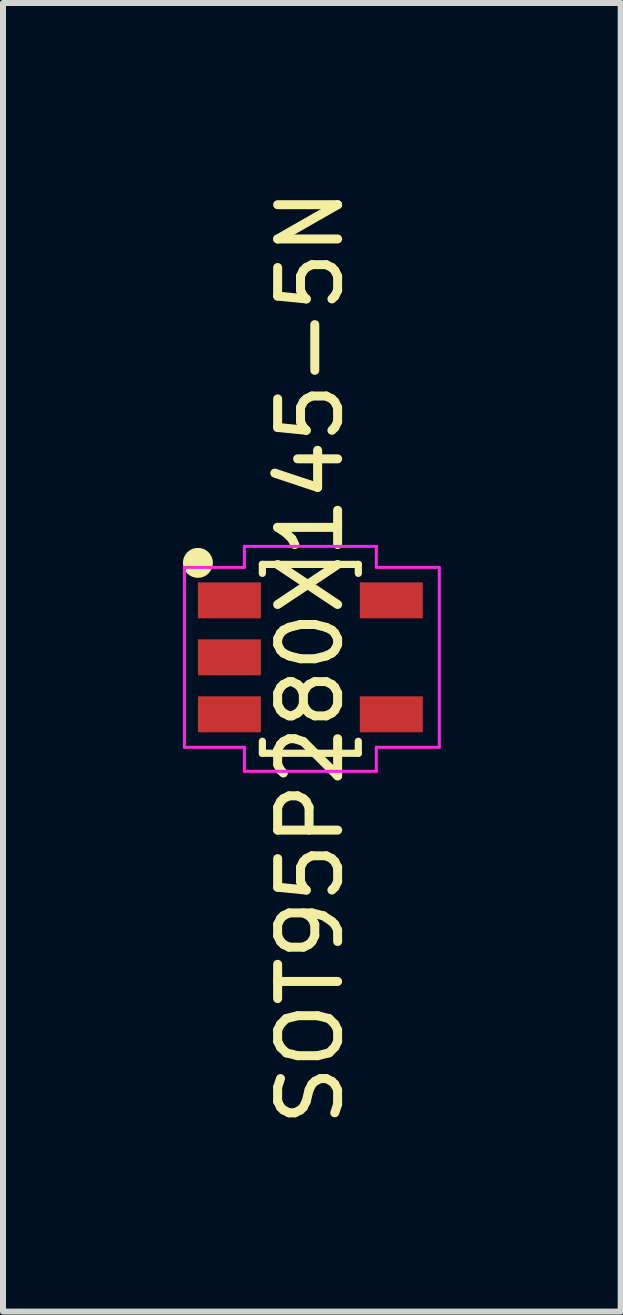
<source format=kicad_pcb>
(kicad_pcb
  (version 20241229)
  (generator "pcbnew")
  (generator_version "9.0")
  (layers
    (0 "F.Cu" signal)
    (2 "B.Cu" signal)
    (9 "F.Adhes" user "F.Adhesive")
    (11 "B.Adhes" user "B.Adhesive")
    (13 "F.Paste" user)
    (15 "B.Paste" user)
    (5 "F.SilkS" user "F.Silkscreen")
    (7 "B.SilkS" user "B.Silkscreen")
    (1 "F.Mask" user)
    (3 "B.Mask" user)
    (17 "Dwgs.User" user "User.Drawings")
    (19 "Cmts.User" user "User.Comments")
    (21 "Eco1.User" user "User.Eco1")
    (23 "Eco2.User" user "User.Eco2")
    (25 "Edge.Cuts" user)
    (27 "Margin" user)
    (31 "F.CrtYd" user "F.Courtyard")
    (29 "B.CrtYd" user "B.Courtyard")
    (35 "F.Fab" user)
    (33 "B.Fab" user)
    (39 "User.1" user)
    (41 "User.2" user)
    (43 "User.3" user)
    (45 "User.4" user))
  (footprint "SOT95P280X145-5N"
    (layer "F.Cu")
    (at 2.125 7.911)
    (property "Reference" "SOT95P280X145-5N" (at 0 0 90) (layer "F.SilkS") (effects (font (size 1 1) (thickness 0.15))))
    (attr through_hole)
    (fp_line (start -0.8 -1.55) (end 0.8 -1.55) (stroke (width 0.12) (type solid)) (layer "F.SilkS"))
    (fp_line (start -0.8 -1.4) (end -0.8 -1.55) (stroke (width 0.12) (type solid)) (layer "F.SilkS"))
    (fp_line (start -0.8 1.4) (end -0.8 1.6) (stroke (width 0.12) (type solid)) (layer "F.SilkS"))
    (fp_line (start -0.8 1.6) (end 0.8 1.6) (stroke (width 0.12) (type solid)) (layer "F.SilkS"))
    (fp_line (start 0.8 -1.55) (end 0.8 -1.4) (stroke (width 0.12) (type solid)) (layer "F.SilkS"))
    (fp_line (start 0.8 1.6) (end 0.8 1.4) (stroke (width 0.12) (type solid)) (layer "F.SilkS"))
    (fp_circle (center -1.875 -1.575) (end -1.825 -1.575) (stroke (width 0.1) (type solid)) (fill no) (layer "F.SilkS"))
    (fp_circle (center -1.875 -1.575) (end -1.775 -1.575) (stroke (width 0.1) (type solid)) (fill no) (layer "F.SilkS"))
    (fp_circle (center -1.875 -1.575) (end -1.725 -1.575) (stroke (width 0.1) (type solid)) (fill no) (layer "F.SilkS"))
    (fp_circle (center -1.875 -1.575) (end -1.675 -1.575) (stroke (width 0.1) (type solid)) (fill no) (layer "F.SilkS"))
    (fp_line (start -2.1 -1.5) (end -2.1 1.5) (stroke (width 0.05) (type solid)) (layer "F.CrtYd"))
    (fp_line (start -2.1 1.5) (end -1.1 1.5) (stroke (width 0.05) (type solid)) (layer "F.CrtYd"))
    (fp_line (start -1.1 -1.85) (end -1.1 -1.5) (stroke (width 0.05) (type solid)) (layer "F.CrtYd"))
    (fp_line (start -1.1 -1.5) (end -2.1 -1.5) (stroke (width 0.05) (type solid)) (layer "F.CrtYd"))
    (fp_line (start -1.1 1.5) (end -1.1 1.9) (stroke (width 0.05) (type solid)) (layer "F.CrtYd"))
    (fp_line (start -1.1 1.9) (end 1.1 1.9) (stroke (width 0.05) (type solid)) (layer "F.CrtYd"))
    (fp_line (start 1.1 -1.85) (end -1.1 -1.85) (stroke (width 0.05) (type solid)) (layer "F.CrtYd"))
    (fp_line (start 1.1 -1.5) (end 1.1 -1.85) (stroke (width 0.05) (type solid)) (layer "F.CrtYd"))
    (fp_line (start 1.1 1.5) (end 2.15 1.5) (stroke (width 0.05) (type solid)) (layer "F.CrtYd"))
    (fp_line (start 1.1 1.9) (end 1.1 1.5) (stroke (width 0.05) (type solid)) (layer "F.CrtYd"))
    (fp_line (start 2.15 -1.5) (end 1.1 -1.5) (stroke (width 0.05) (type solid)) (layer "F.CrtYd"))
    (fp_line (start 2.15 1.5) (end 2.15 -1.5) (stroke (width 0.05) (type solid)) (layer "F.CrtYd"))
    (pad "1" smd rect (at -1.35 -0.95) (size 1.05 0.6) (layers "F.Cu" "F.Mask" "F.Paste"))
    (pad "2" smd rect (at -1.35 0) (size 1.05 0.6) (layers "F.Cu" "F.Mask" "F.Paste"))
    (pad "3" smd rect (at -1.35 0.95) (size 1.05 0.6) (layers "F.Cu" "F.Mask" "F.Paste"))
    (pad "4" smd rect (at 1.35 0.95) (size 1.05 0.6) (layers "F.Cu" "F.Mask" "F.Paste"))
    (pad "5" smd rect (at 1.35 -0.95) (size 1.05 0.6) (layers "F.Cu" "F.Mask" "F.Paste")))
  (gr_rect
    (start -3 -3)
    (end 7.3 18.821)
    (stroke (width 0.1) (type default))
    (fill no)
    (layer "Edge.Cuts")))
</source>
